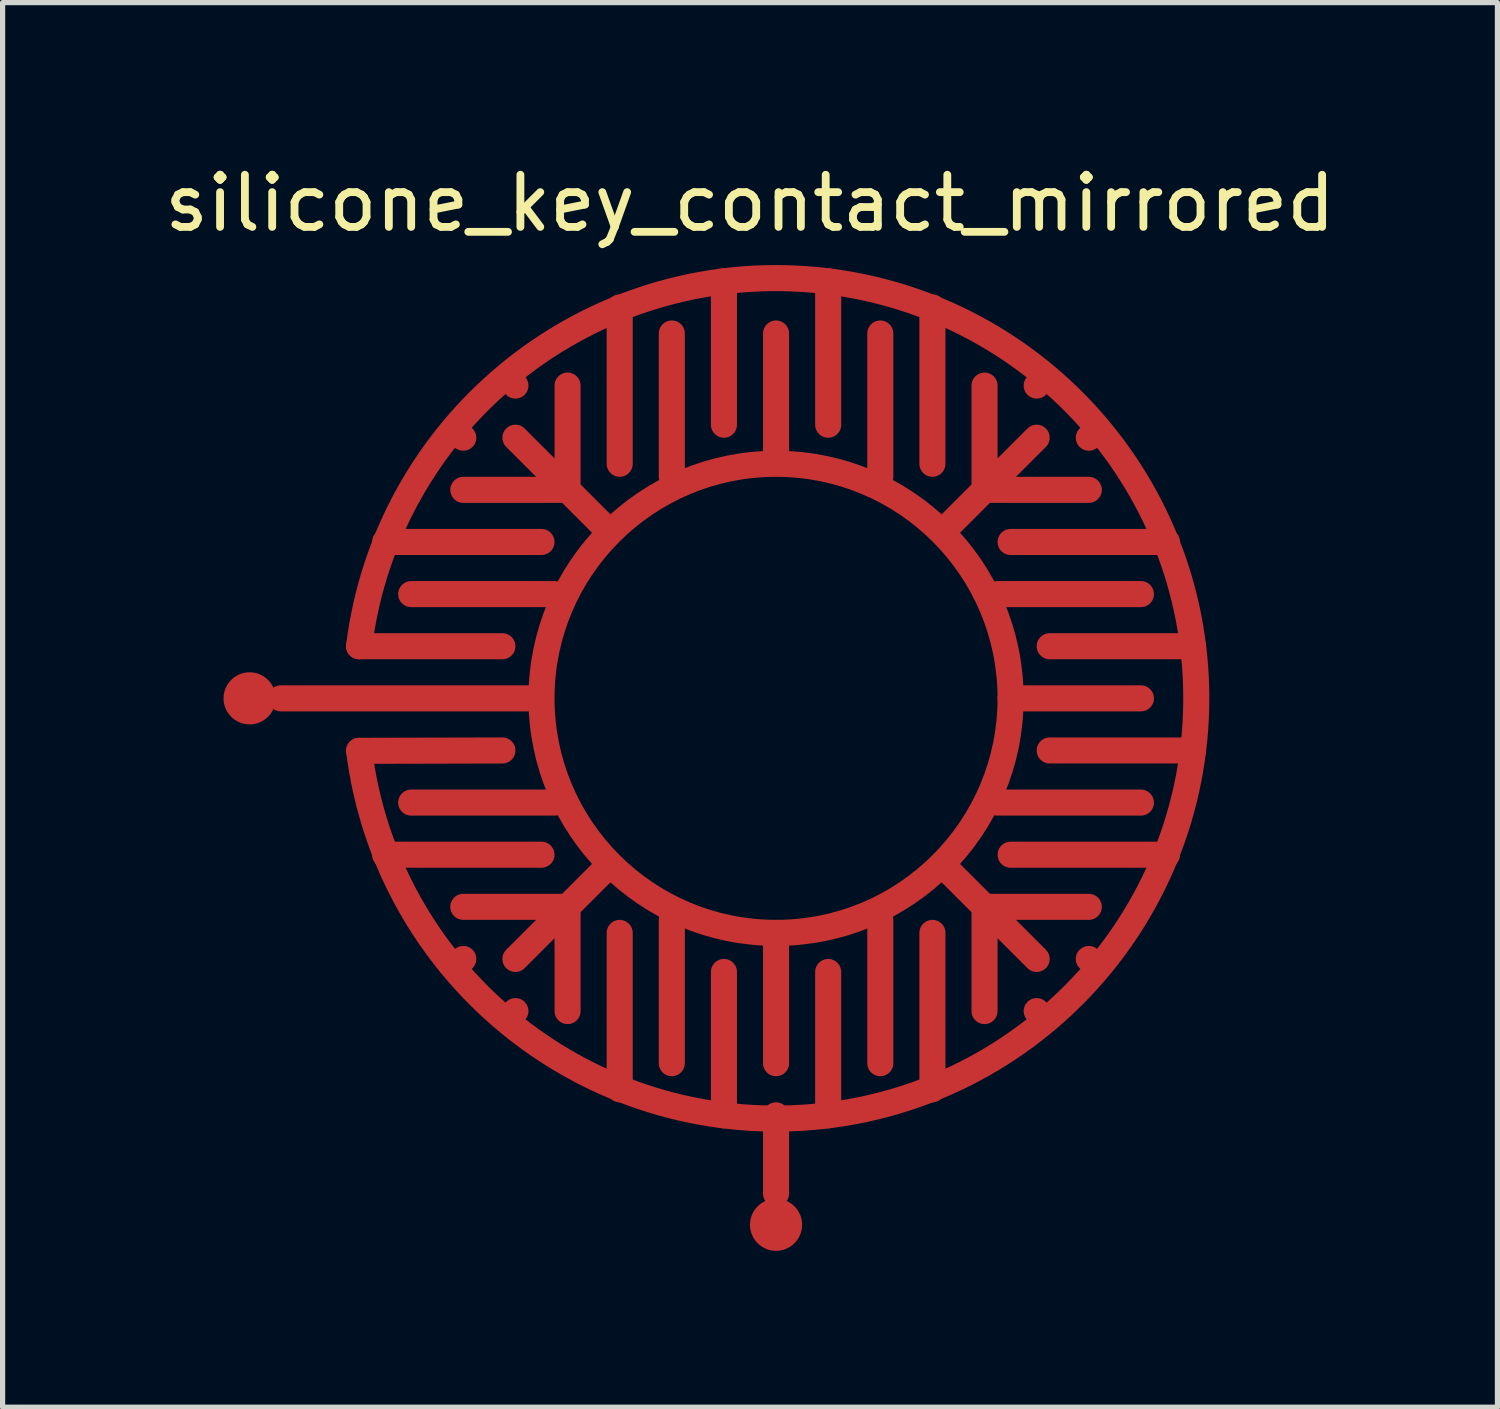
<source format=kicad_pcb>
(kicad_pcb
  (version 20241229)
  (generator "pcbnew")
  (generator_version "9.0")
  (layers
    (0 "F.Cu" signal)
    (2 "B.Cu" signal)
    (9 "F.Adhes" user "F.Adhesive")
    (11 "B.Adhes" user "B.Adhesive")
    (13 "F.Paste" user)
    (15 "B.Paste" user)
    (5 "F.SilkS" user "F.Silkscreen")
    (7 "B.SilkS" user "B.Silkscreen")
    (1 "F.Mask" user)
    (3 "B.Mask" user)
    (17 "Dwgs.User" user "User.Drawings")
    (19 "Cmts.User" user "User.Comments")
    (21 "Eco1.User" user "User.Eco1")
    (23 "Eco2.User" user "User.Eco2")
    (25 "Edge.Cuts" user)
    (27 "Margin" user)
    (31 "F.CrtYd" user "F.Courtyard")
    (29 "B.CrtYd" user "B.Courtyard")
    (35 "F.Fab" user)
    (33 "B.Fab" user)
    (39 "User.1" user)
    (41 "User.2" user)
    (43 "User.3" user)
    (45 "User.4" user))
  (footprint "silicone_key_contact_mirrored"
    (layer "F.Cu")
    (at 11.839 10.348)
    (property "Reference" "silicone_key_contact_mirrored" (at -0.5 -9.5 0) (layer "F.SilkS") (effects (font (size 1 1) (thickness 0.15))))
    (attr through_hole)
    (fp_line (start -9.5 0) (end -4.75 0) (stroke (width 0.5) (type solid)) (layer "F.Cu"))
    (fp_line (start -8 -1) (end -5.25 -1) (stroke (width 0.5) (type solid)) (layer "F.Cu"))
    (fp_line (start -7.999 1.007) (end -5.25 1) (stroke (width 0.5) (type solid)) (layer "F.Cu"))
    (fp_line (start -7.5 -3) (end -4.5 -3) (stroke (width 0.5) (type solid)) (layer "F.Cu"))
    (fp_line (start -7.5 3) (end -4.5 3) (stroke (width 0.5) (type solid)) (layer "F.Cu"))
    (fp_line (start -7 -2) (end -4.25 -2) (stroke (width 0.5) (type solid)) (layer "F.Cu"))
    (fp_line (start -7 2) (end -4.25 2) (stroke (width 0.5) (type solid)) (layer "F.Cu"))
    (fp_line (start -6 -5) (end -6 -5) (stroke (width 0.5) (type solid)) (layer "F.Cu"))
    (fp_line (start -6 -4) (end -4 -4) (stroke (width 0.5) (type solid)) (layer "F.Cu"))
    (fp_line (start -6 4) (end -4 4) (stroke (width 0.5) (type solid)) (layer "F.Cu"))
    (fp_line (start -6 5) (end -6 5) (stroke (width 0.5) (type solid)) (layer "F.Cu"))
    (fp_line (start -5 -6) (end -5 -6) (stroke (width 0.5) (type solid)) (layer "F.Cu"))
    (fp_line (start -5 5) (end -3.25 3.25) (stroke (width 0.5) (type solid)) (layer "F.Cu"))
    (fp_line (start -5 6) (end -5 6) (stroke (width 0.5) (type solid)) (layer "F.Cu"))
    (fp_line (start -4 -6) (end -4 -4) (stroke (width 0.5) (type solid)) (layer "F.Cu"))
    (fp_line (start -4 4) (end -4 6) (stroke (width 0.5) (type solid)) (layer "F.Cu"))
    (fp_line (start -3.25 -3.25) (end -5 -5) (stroke (width 0.5) (type solid)) (layer "F.Cu"))
    (fp_line (start -3 -7.5) (end -3 -4.5) (stroke (width 0.5) (type solid)) (layer "F.Cu"))
    (fp_line (start -3 4.5) (end -3 7.5) (stroke (width 0.5) (type solid)) (layer "F.Cu"))
    (fp_line (start -2 -7) (end -2 -4.25) (stroke (width 0.5) (type solid)) (layer "F.Cu"))
    (fp_line (start -2 4.25) (end -2 7) (stroke (width 0.5) (type solid)) (layer "F.Cu"))
    (fp_line (start -1 -8) (end -1 -5.25) (stroke (width 0.5) (type solid)) (layer "F.Cu"))
    (fp_line (start -1 5.25) (end -1 8) (stroke (width 0.5) (type solid)) (layer "F.Cu"))
    (fp_line (start 0 -7) (end 0 -4.75) (stroke (width 0.5) (type solid)) (layer "F.Cu"))
    (fp_line (start 0 4.5) (end 0 7) (stroke (width 0.5) (type solid)) (layer "F.Cu"))
    (fp_line (start 0 8) (end 0 9.5) (stroke (width 0.5) (type solid)) (layer "F.Cu"))
    (fp_line (start 1 -8) (end 1 -5.25) (stroke (width 0.5) (type solid)) (layer "F.Cu"))
    (fp_line (start 1 5.25) (end 1 8) (stroke (width 0.5) (type solid)) (layer "F.Cu"))
    (fp_line (start 2 -7) (end 2 -4.25) (stroke (width 0.5) (type solid)) (layer "F.Cu"))
    (fp_line (start 2 4.25) (end 2 7) (stroke (width 0.5) (type solid)) (layer "F.Cu"))
    (fp_line (start 3 -7.5) (end 3 -4.5) (stroke (width 0.5) (type solid)) (layer "F.Cu"))
    (fp_line (start 3 4.5) (end 3 7.5) (stroke (width 0.5) (type solid)) (layer "F.Cu"))
    (fp_line (start 3.25 -3.25) (end 5 -5) (stroke (width 0.5) (type solid)) (layer "F.Cu"))
    (fp_line (start 4 -6) (end 4 -4) (stroke (width 0.5) (type solid)) (layer "F.Cu"))
    (fp_line (start 4 -4) (end 6 -4) (stroke (width 0.5) (type solid)) (layer "F.Cu"))
    (fp_line (start 4 4) (end 4 6) (stroke (width 0.5) (type solid)) (layer "F.Cu"))
    (fp_line (start 4 4) (end 6 4) (stroke (width 0.5) (type solid)) (layer "F.Cu"))
    (fp_line (start 4.25 -2) (end 7 -2) (stroke (width 0.5) (type solid)) (layer "F.Cu"))
    (fp_line (start 4.25 2) (end 7 2) (stroke (width 0.5) (type solid)) (layer "F.Cu"))
    (fp_line (start 4.5 -3) (end 7.5 -3) (stroke (width 0.5) (type solid)) (layer "F.Cu"))
    (fp_line (start 4.5 0) (end 7 0) (stroke (width 0.5) (type solid)) (layer "F.Cu"))
    (fp_line (start 4.5 3) (end 7.5 3) (stroke (width 0.5) (type solid)) (layer "F.Cu"))
    (fp_line (start 5 -6) (end 5 -6) (stroke (width 0.5) (type solid)) (layer "F.Cu"))
    (fp_line (start 5 5) (end 3.25 3.25) (stroke (width 0.5) (type solid)) (layer "F.Cu"))
    (fp_line (start 5 6) (end 5 6) (stroke (width 0.5) (type solid)) (layer "F.Cu"))
    (fp_line (start 5.25 -1) (end 8 -1) (stroke (width 0.5) (type solid)) (layer "F.Cu"))
    (fp_line (start 5.25 1) (end 8 1) (stroke (width 0.5) (type solid)) (layer "F.Cu"))
    (fp_line (start 6 -5) (end 6 -5) (stroke (width 0.5) (type solid)) (layer "F.Cu"))
    (fp_line (start 6 5) (end 6 5) (stroke (width 0.5) (type solid)) (layer "F.Cu"))
    (fp_arc (start -7.999999 -0.999999) (mid 8.062256 -0.003516) (end -7.999124 1.006977) (stroke (width 0.5) (type solid)) (layer "F.Cu"))
    (fp_circle (center 0 0) (end 0 -4.5) (stroke (width 0.5) (type solid)) (fill no) (layer "F.Cu"))
    (fp_poly (pts (xy 8.3 0) (xy 4.2 0) (xy 4.2 0.5) (xy 3.9 1.7) (xy 3.2 2.8) (xy 2.4 3.5) (xy 1.7 3.9) (xy 0.6 4.2) (xy -0.5 4.2) (xy -1.7 3.9) (xy -2.7 3.3) (xy -2.7 7.9) (xy -0.9 8.3) (xy 0.5 8.3) (xy 2 8.1) (xy 3.2 7.7) (xy 4.1 7.3) (xy 5 6.7) (xy 6.2 5.6) (xy 7 4.5) (xy 7.5 3.7) (xy 8.1 2.1) (xy 8.3 0.7)) (stroke (width 0.1) (type solid)) (fill yes) (layer "F.Mask"))
    (fp_poly (pts (xy 8.3 0) (xy 8.3 -0.4) (xy 8.2 -1.4) (xy 7.9 -2.6) (xy 7.5 -3.6) (xy 7.2 -4.2) (xy 6.7 -4.9) (xy 6.1 -5.7) (xy 5.2 -6.5) (xy 4.5 -7) (xy 3.8 -7.4) (xy 2.9 -7.8) (xy 2 -8.1) (xy 1.4 -8.2) (xy 0.5 -8.3) (xy 0.5 -4.2) (xy 1.1 -4.1) (xy 1.7 -3.9) (xy 2.2 -3.6) (xy 2.8 -3.2) (xy 3.4 -2.5) (xy 3.9 -1.7) (xy 4.1 -1) (xy 4.2 0)) (stroke (width 0.1) (type solid)) (fill yes) (layer "F.Mask"))
    (fp_poly (pts (xy -2.7 7.9) (xy -3.2 7.7) (xy -4 7.3) (xy -4.8 6.8) (xy -5.4 6.3) (xy -5.8 6) (xy -6.3 5.4) (xy -7 4.5) (xy -7.3 4) (xy -7.6 3.4) (xy -7.8 2.9) (xy -8 2.3) (xy -8.1 1.9) (xy -8.2 1.3) (xy -8.3 -0.6) (xy -8.3 -1) (xy -4.1 -1) (xy -4.2 -0.7) (xy -4.2 -0.3) (xy -4.2 0.6) (xy -4.1 1.1) (xy -3.9 1.7) (xy -3.6 2.2) (xy -3.3 2.7) (xy -2.7 3.3)) (stroke (width 0.1) (type solid)) (fill yes) (layer "F.Mask"))
    (fp_poly (pts (xy 0.5 -4.2) (xy 0.5 -8.3) (xy -0.3 -8.3) (xy -1.5 -8.2) (xy -2.5 -7.9) (xy -3.3 -7.6) (xy -4 -7.3) (xy -4.8 -6.8) (xy -5.5 -6.3) (xy -6.1 -5.7) (xy -6.6 -5.1) (xy -7 -4.5) (xy -7.4 -3.8) (xy -7.8 -2.9) (xy -8 -2.3) (xy -8.2 -1.4) (xy -8.3 -1) (xy -4.1 -1) (xy -3.9 -1.6) (xy -3.6 -2.2) (xy -3.1 -2.9) (xy -2.5 -3.4) (xy -2.1 -3.7) (xy -1.7 -3.9) (xy -1.2 -4.1) (xy -0.7 -4.2)) (stroke (width 0.1) (type solid)) (fill yes) (layer "F.Mask"))
    (pad "1" smd circle (at 0 10.1) (size 1 1) (layers "F.Cu"))
    (pad "2" smd circle (at -10.1 0) (size 1 1) (layers "F.Cu")))
  (gr_rect
    (start -3 -3)
    (end 25.679 23.948)
    (stroke (width 0.1) (type default))
    (fill no)
    (layer "Edge.Cuts")))
</source>
